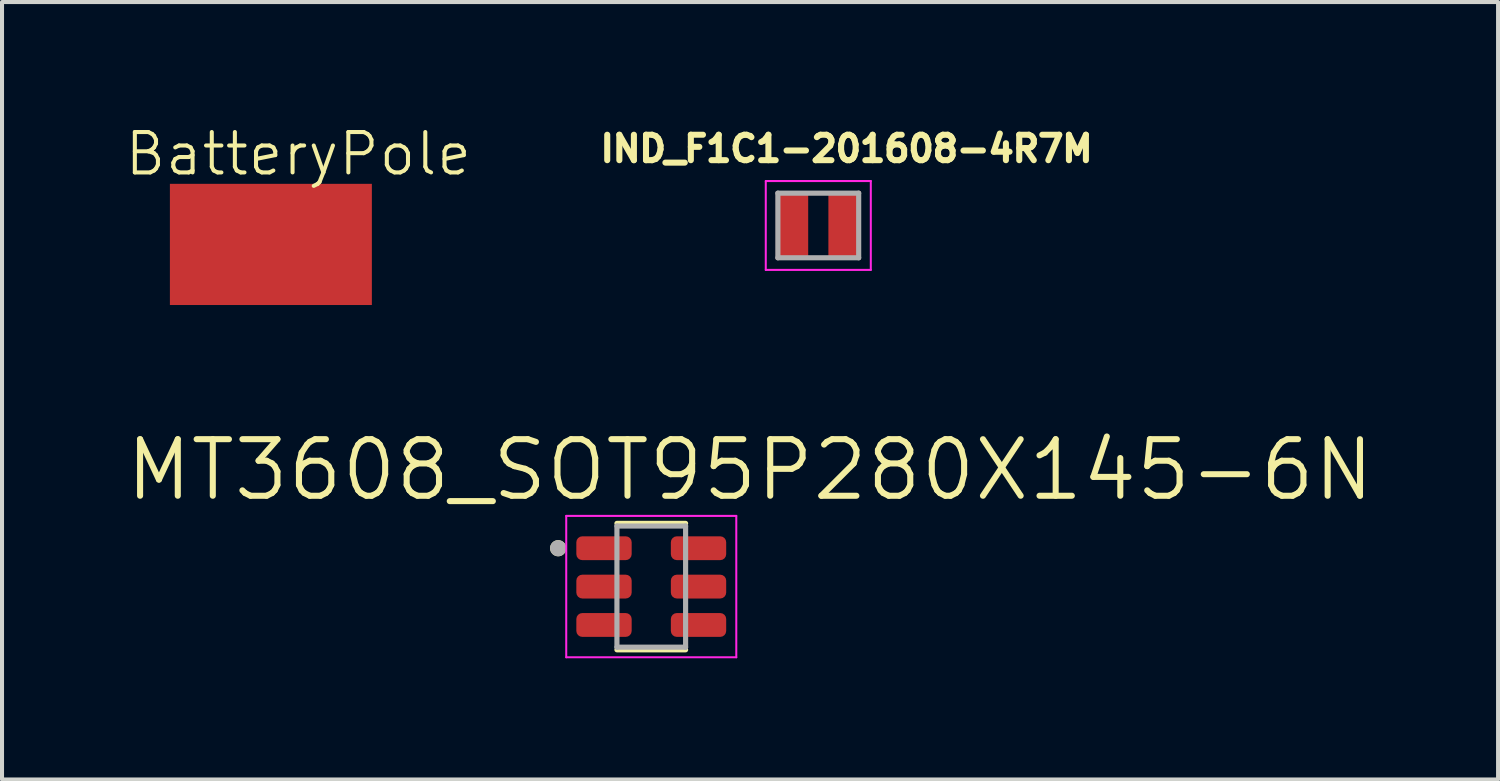
<source format=kicad_pcb>
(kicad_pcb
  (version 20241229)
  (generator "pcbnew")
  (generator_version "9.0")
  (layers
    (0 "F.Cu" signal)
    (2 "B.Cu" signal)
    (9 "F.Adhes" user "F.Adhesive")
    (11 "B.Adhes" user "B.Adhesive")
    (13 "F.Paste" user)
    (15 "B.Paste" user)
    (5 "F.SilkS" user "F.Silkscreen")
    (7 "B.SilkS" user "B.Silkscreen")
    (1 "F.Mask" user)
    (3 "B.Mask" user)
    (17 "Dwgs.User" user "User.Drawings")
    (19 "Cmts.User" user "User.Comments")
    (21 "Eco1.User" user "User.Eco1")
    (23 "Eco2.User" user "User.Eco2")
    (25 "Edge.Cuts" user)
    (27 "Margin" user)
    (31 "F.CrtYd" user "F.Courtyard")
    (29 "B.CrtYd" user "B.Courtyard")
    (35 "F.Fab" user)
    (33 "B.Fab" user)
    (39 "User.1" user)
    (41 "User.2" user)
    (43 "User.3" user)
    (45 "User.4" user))
  (footprint "MT3608_SOT95P280X145-6N"
    (layer "F.Cu")
    (at 13.073 11.472)
    (property "Reference" "MT3608_SOT95P280X145-6N" (at 2.445 -2.889 0) (layer "F.SilkS") (effects (font (size 1.4 1.4) (thickness 0.15))))
    (attr smd)
    (fp_line (start -0.85 -1.565) (end 0.85 -1.565) (stroke (width 0.127) (type solid)) (layer "F.SilkS"))
    (fp_line (start 0.85 1.565) (end -0.85 1.565) (stroke (width 0.127) (type solid)) (layer "F.SilkS"))
    (fp_circle (center -2.305 -0.95) (end -2.205 -0.95) (stroke (width 0.2) (type solid)) (fill no) (layer "F.SilkS"))
    (fp_line (start -2.105 -1.75) (end 2.105 -1.75) (stroke (width 0.05) (type solid)) (layer "F.CrtYd"))
    (fp_line (start -2.105 1.75) (end -2.105 -1.75) (stroke (width 0.05) (type solid)) (layer "F.CrtYd"))
    (fp_line (start 2.105 -1.75) (end 2.105 1.75) (stroke (width 0.05) (type solid)) (layer "F.CrtYd"))
    (fp_line (start 2.105 1.75) (end -2.105 1.75) (stroke (width 0.05) (type solid)) (layer "F.CrtYd"))
    (fp_line (start -0.85 -1.5) (end 0.85 -1.5) (stroke (width 0.127) (type solid)) (layer "F.Fab"))
    (fp_line (start -0.85 1.5) (end -0.85 -1.5) (stroke (width 0.127) (type solid)) (layer "F.Fab"))
    (fp_line (start 0.85 -1.5) (end 0.85 1.5) (stroke (width 0.127) (type solid)) (layer "F.Fab"))
    (fp_line (start 0.85 1.5) (end -0.85 1.5) (stroke (width 0.127) (type solid)) (layer "F.Fab"))
    (fp_circle (center -2.305 -0.95) (end -2.205 -0.95) (stroke (width 0.2) (type solid)) (fill no) (layer "F.Fab"))
    (pad "1" smd roundrect (at -1.17 -0.95) (size 1.37 0.59) (layers "F.Cu" "F.Mask" "F.Paste") (roundrect_rratio 0.25))
    (pad "2" smd roundrect (at -1.17 0) (size 1.37 0.59) (layers "F.Cu" "F.Mask" "F.Paste") (roundrect_rratio 0.25))
    (pad "3" smd roundrect (at -1.17 0.95) (size 1.37 0.59) (layers "F.Cu" "F.Mask" "F.Paste") (roundrect_rratio 0.25))
    (pad "4" smd roundrect (at 1.17 0.95) (size 1.37 0.59) (layers "F.Cu" "F.Mask" "F.Paste") (roundrect_rratio 0.25))
    (pad "5" smd roundrect (at 1.17 0) (size 1.37 0.59) (layers "F.Cu" "F.Mask" "F.Paste") (roundrect_rratio 0.25))
    (pad "6" smd roundrect (at 1.17 -0.95) (size 1.37 0.59) (layers "F.Cu" "F.Mask" "F.Paste") (roundrect_rratio 0.25)))
  (footprint "BatteryPole"
    (layer "F.Cu")
    (at 3.656 3.001)
    (property "Reference" "BatteryPole" (at 0.68 -2.24 0) (unlocked yes) (layer "F.SilkS") (effects (font (size 1 1) (thickness 0.1))))
    (attr smd)
    (pad "1" connect rect (at 0 0) (size 5 3) (layers "F.Cu" "F.Mask")))
  (footprint "IND_F1C1-201608-4R7M"
    (layer "F.Cu")
    (at 17.208 2.532)
    (property "Reference" "IND_F1C1-201608-4R7M" (at 0.7 -1.9 0) (layer "F.SilkS") (effects (font (size 0.63 0.63) (thickness 0.15))))
    (attr smd)
    (fp_line (start -1.3 -1.1) (end -1.3 1.1) (stroke (width 0.05) (type solid)) (layer "F.CrtYd"))
    (fp_line (start -1.3 1.1) (end 1.3 1.1) (stroke (width 0.05) (type solid)) (layer "F.CrtYd"))
    (fp_line (start 1.3 -1.1) (end -1.3 -1.1) (stroke (width 0.05) (type solid)) (layer "F.CrtYd"))
    (fp_line (start 1.3 1.1) (end 1.3 -1.1) (stroke (width 0.05) (type solid)) (layer "F.CrtYd"))
    (fp_line (start -1 -0.8) (end -1 0.8) (stroke (width 0.127) (type solid)) (layer "F.Fab"))
    (fp_line (start -1 0.8) (end 1 0.8) (stroke (width 0.127) (type solid)) (layer "F.Fab"))
    (fp_line (start 1 -0.8) (end -1 -0.8) (stroke (width 0.127) (type solid)) (layer "F.Fab"))
    (fp_line (start 1 0.8) (end 1 -0.8) (stroke (width 0.127) (type solid)) (layer "F.Fab"))
    (pad "1" smd rect (at -0.65 0) (size 0.8 1.7) (layers "F.Cu" "F.Mask" "F.Paste"))
    (pad "2" smd rect (at 0.65 0) (size 0.8 1.7) (layers "F.Cu" "F.Mask" "F.Paste")))
  (gr_rect
    (start -3 -3)
    (end 34.037 16.247)
    (stroke (width 0.1) (type default))
    (fill no)
    (layer "Edge.Cuts")))
</source>
